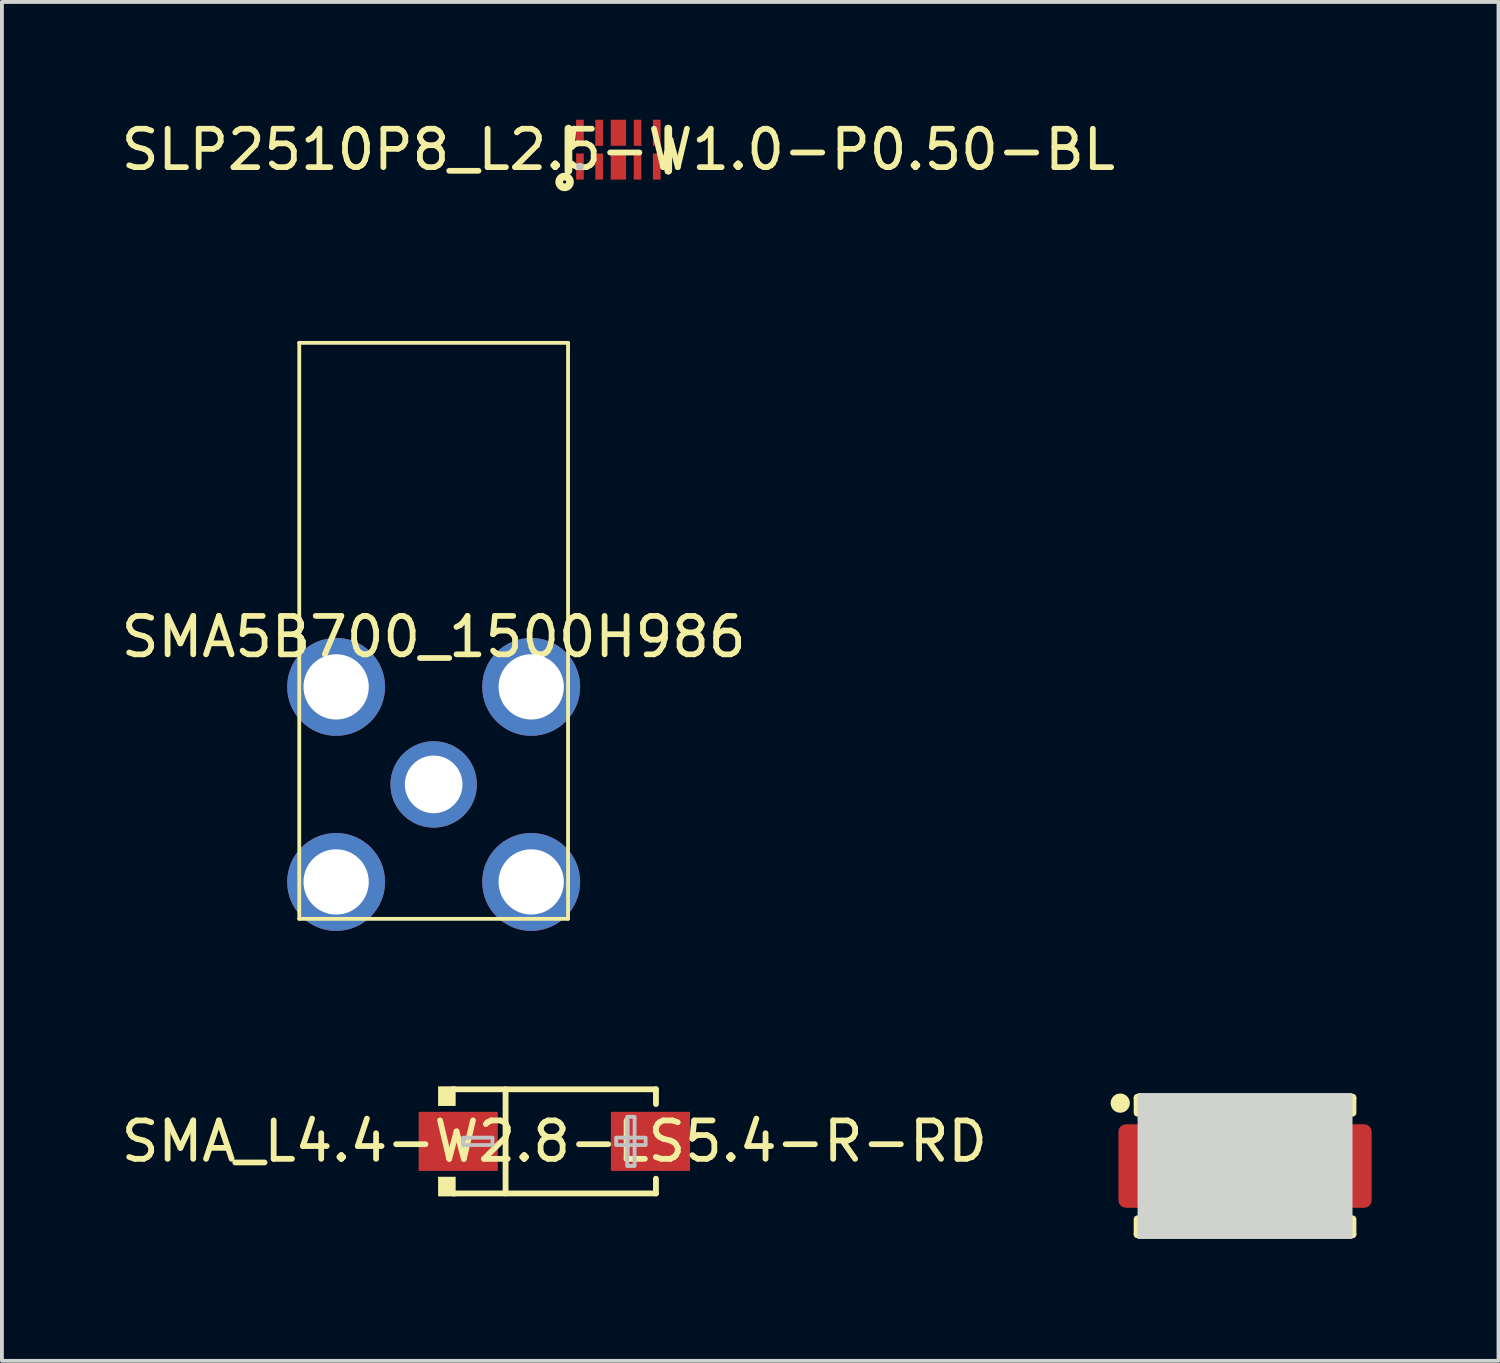
<source format=kicad_pcb>
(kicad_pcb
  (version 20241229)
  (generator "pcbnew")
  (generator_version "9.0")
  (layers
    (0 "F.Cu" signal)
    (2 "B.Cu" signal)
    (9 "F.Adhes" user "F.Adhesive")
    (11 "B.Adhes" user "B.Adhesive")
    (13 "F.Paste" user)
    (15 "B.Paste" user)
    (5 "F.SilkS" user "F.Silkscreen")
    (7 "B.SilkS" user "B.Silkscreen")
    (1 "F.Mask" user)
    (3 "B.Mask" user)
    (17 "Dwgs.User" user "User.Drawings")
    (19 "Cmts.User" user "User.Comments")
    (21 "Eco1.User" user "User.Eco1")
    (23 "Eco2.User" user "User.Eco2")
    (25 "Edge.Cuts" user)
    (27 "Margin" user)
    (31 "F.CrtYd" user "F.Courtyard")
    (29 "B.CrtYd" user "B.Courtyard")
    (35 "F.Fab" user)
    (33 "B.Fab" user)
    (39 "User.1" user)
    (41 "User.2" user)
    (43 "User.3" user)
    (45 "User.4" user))
  (footprint "SMB"
    (layer "F.Cu")
    (at 29.375 27.317)
    (property "Reference" "SMB" (at 0 0 0) (layer "F.SilkS") (effects (font (size 1 1) (thickness 0.15))))
    (fp_line (start -2.799 -1.387) (end -2.799 -1.776) (stroke (width 0.201) (type default)) (layer "F.SilkS"))
    (fp_line (start -2.799 1.776) (end -2.799 1.387) (stroke (width 0.201) (type default)) (layer "F.SilkS"))
    (fp_line (start 2.799 -1.776) (end -2.799 -1.776) (stroke (width 0.201) (type default)) (layer "F.SilkS"))
    (fp_line (start 2.799 -1.387) (end 2.799 -1.776) (stroke (width 0.201) (type default)) (layer "F.SilkS"))
    (fp_line (start 2.799 1.776) (end -2.799 1.776) (stroke (width 0.201) (type default)) (layer "F.SilkS"))
    (fp_line (start 2.799 1.776) (end 2.799 1.387) (stroke (width 0.201) (type default)) (layer "F.SilkS"))
    (fp_circle (center -3.25 -1.638) (end -3.124 -1.638) (stroke (width 0.249) (type default)) (fill no) (layer "F.SilkS"))
    (fp_poly (pts (xy -2.799 1.9) (xy 2.799 1.9) (xy 2.799 -1.9) (xy -2.799 -1.9)) (stroke (width 0) (type default)) (fill yes) (layer "Edge.Cuts"))
    (fp_line (start -2.799 1.776) (end -2.799 -1.776) (stroke (width 0.201) (type default)) (layer "User.1"))
    (fp_line (start -2.7 1.776) (end -2.7 -1.776) (stroke (width 0.201) (type default)) (layer "User.1"))
    (fp_line (start -2.601 1.776) (end -2.601 -1.776) (stroke (width 0.201) (type default)) (layer "User.1"))
    (fp_line (start -2.499 1.776) (end -2.499 -1.776) (stroke (width 0.201) (type default)) (layer "User.1"))
    (fp_line (start -2.401 1.776) (end -2.401 -1.776) (stroke (width 0.201) (type default)) (layer "User.1"))
    (fp_line (start -2.301 1.776) (end -2.301 -1.776) (stroke (width 0.201) (type default)) (layer "User.1"))
    (fp_line (start 2.799 -1.776) (end -2.799 -1.776) (stroke (width 0.201) (type default)) (layer "User.1"))
    (fp_line (start 2.799 1.776) (end -2.799 1.776) (stroke (width 0.201) (type default)) (layer "User.1"))
    (fp_line (start 2.799 1.776) (end 2.799 -1.776) (stroke (width 0.201) (type default)) (layer "User.1"))
    (fp_poly (pts (xy -3.551 2.025) (xy 3.551 2.025) (xy 3.551 -2.025) (xy -3.551 -2.025)) (stroke (width 0.1) (type default)) (fill no) (layer "User.1"))
    (fp_poly (pts (xy -3.551 2.025) (xy 3.551 2.025) (xy 3.551 -2.025) (xy -3.551 -2.025)) (stroke (width 0.1) (type default)) (fill no) (layer "User.1"))
    (pad "1" smd roundrect (at 2.324 0 180) (size 1.947 2.176) (layers "F.Cu" "F.Mask" "F.Paste") (roundrect_rratio 0.1))
    (pad "2" smd roundrect (at -2.324 0 180) (size 1.947 2.176) (layers "F.Cu" "F.Mask" "F.Paste") (roundrect_rratio 0.1)))
  (footprint "SMA5B700_1500H986"
    (layer "F.Cu")
    (at 8.244 13.536)
    (property "Reference" "SMA5B700_1500H986" (at 0 0 0) (layer "F.SilkS") (effects (font (size 1 1) (thickness 0.15))))
    (fp_line (start -3.5 -7.658) (end 3.5 -7.658) (stroke (width 0.099) (type default)) (layer "F.SilkS"))
    (fp_line (start -3.5 7.343) (end -3.5 -7.658) (stroke (width 0.099) (type default)) (layer "F.SilkS"))
    (fp_line (start -3.5 7.343) (end 3.5 7.343) (stroke (width 0.099) (type default)) (layer "F.SilkS"))
    (fp_line (start 3.5 7.343) (end 3.5 -7.658) (stroke (width 0.099) (type default)) (layer "F.SilkS"))
    (fp_line (start -4.816 -8.656) (end 4.816 -8.656) (stroke (width 0.025) (type default)) (layer "User.1"))
    (fp_line (start -4.816 8.656) (end -4.816 -8.656) (stroke (width 0.025) (type default)) (layer "User.1"))
    (fp_line (start -4.816 8.656) (end 4.816 8.656) (stroke (width 0.025) (type default)) (layer "User.1"))
    (fp_line (start 4.816 8.656) (end 4.816 -8.656) (stroke (width 0.025) (type default)) (layer "User.1"))
    (fp_poly (pts (xy -4.816 -0.973) (xy -4.816 8.656) (xy 4.816 8.656) (xy 4.816 -0.973)) (stroke (width 0.1) (type default)) (fill no) (layer "User.1"))
    (fp_poly (pts (xy -4.816 -0.973) (xy -4.816 8.656) (xy 4.816 8.656) (xy 4.816 -0.973)) (stroke (width 0.1) (type default)) (fill no) (layer "User.1"))
    (fp_poly (pts (xy -3.5 -7.658) (xy -3.5 7.343) (xy 3.5 7.343) (xy 3.5 -7.658)) (stroke (width 0.1) (type default)) (fill no) (layer "User.1"))
    (fp_poly (pts (xy -3.5 -7.658) (xy -3.5 7.343) (xy 3.5 7.343) (xy 3.5 -7.658)) (stroke (width 0.1) (type default)) (fill no) (layer "User.1"))
    (fp_poly (pts (xy -3.401 -8.656) (xy 4.816 -8.656) (xy 4.816 8.656) (xy -4.816 8.656) (xy -4.816 -8.656) (xy -3.5 -8.656) (xy -3.5 7.343) (xy 3.5 7.343) (xy 3.5 -7.658) (xy -3.401 -7.658)) (stroke (width 0.1) (type default)) (fill no) (layer "User.1"))
    (fp_poly (pts (xy -3.401 -8.656) (xy 4.816 -8.656) (xy 4.816 8.656) (xy -4.816 8.656) (xy -4.816 -8.656) (xy -3.5 -8.656) (xy -3.5 7.343) (xy 3.5 7.343) (xy 3.5 -7.658) (xy -3.401 -7.658)) (stroke (width 0.1) (type default)) (fill no) (layer "User.1"))
    (pad "1" thru_hole circle (at 0 3.843) (size 2.251 2.251) (drill 1.501) (layers "*.Cu" "*.Mask"))
    (pad "2" thru_hole circle (at -2.54 1.303) (size 2.55 2.55) (drill 1.7) (layers "*.Cu" "*.Mask"))
    (pad "3" thru_hole circle (at -2.54 6.383) (size 2.55 2.55) (drill 1.7) (layers "*.Cu" "*.Mask"))
    (pad "4" thru_hole circle (at 2.54 6.383) (size 2.55 2.55) (drill 1.7) (layers "*.Cu" "*.Mask"))
    (pad "5" thru_hole circle (at 2.54 1.303) (size 2.55 2.55) (drill 1.7) (layers "*.Cu" "*.Mask")))
  (footprint "SLP2510P8_L2.5-W1.0-P0.50-BL"
    (layer "F.Cu")
    (at 13.054 0.848)
    (property "Reference" "SLP2510P8_L2.5-W1.0-P0.50-BL" (at 0 0 0) (layer "F.SilkS") (effects (font (size 1 1) (thickness 0.15))))
    (fp_line (start -1.3 -0.55) (end -1.3 0.55) (stroke (width 0.2) (type default)) (layer "F.SilkS"))
    (fp_line (start 1.3 -0.55) (end 1.3 0.55) (stroke (width 0.2) (type default)) (layer "F.SilkS"))
    (fp_circle (center -1.4 0.84) (end -1.359 0.84) (stroke (width 0.2) (type default)) (fill no) (layer "F.SilkS"))
    (fp_circle (center -1 0.44) (end -0.95 0.44) (stroke (width 0.1) (type default)) (fill no) (layer "Dwgs.User"))
    (fp_poly (pts (xy -1.1 0.12) (xy -0.9 0.12) (xy -0.9 0.5) (xy -1.1 0.5)) (stroke (width 0.1) (type default)) (fill no) (layer "User.1"))
    (fp_poly (pts (xy -0.9 -0.12) (xy -1.1 -0.12) (xy -1.1 -0.5) (xy -0.9 -0.5)) (stroke (width 0.1) (type default)) (fill no) (layer "User.1"))
    (fp_poly (pts (xy -0.601 0.12) (xy -0.401 0.12) (xy -0.401 0.5) (xy -0.601 0.5)) (stroke (width 0.1) (type default)) (fill no) (layer "User.1"))
    (fp_poly (pts (xy -0.401 -0.12) (xy -0.601 -0.12) (xy -0.601 -0.5) (xy -0.401 -0.5)) (stroke (width 0.1) (type default)) (fill no) (layer "User.1"))
    (fp_poly (pts (xy -0.19 0.12) (xy 0.19 0.12) (xy 0.19 0.52) (xy -0.19 0.52)) (stroke (width 0.1) (type default)) (fill no) (layer "User.1"))
    (fp_poly (pts (xy 0.19 -0.12) (xy -0.19 -0.12) (xy -0.19 -0.52) (xy 0.19 -0.52)) (stroke (width 0.1) (type default)) (fill no) (layer "User.1"))
    (fp_poly (pts (xy 0.401 0.12) (xy 0.601 0.12) (xy 0.601 0.5) (xy 0.401 0.5)) (stroke (width 0.1) (type default)) (fill no) (layer "User.1"))
    (fp_poly (pts (xy 0.601 -0.12) (xy 0.401 -0.12) (xy 0.401 -0.5) (xy 0.601 -0.5)) (stroke (width 0.1) (type default)) (fill no) (layer "User.1"))
    (fp_poly (pts (xy 0.9 0.12) (xy 1.1 0.12) (xy 1.1 0.5) (xy 0.9 0.5)) (stroke (width 0.1) (type default)) (fill no) (layer "User.1"))
    (fp_poly (pts (xy 1.1 -0.12) (xy 0.9 -0.12) (xy 0.9 -0.5) (xy 1.1 -0.5)) (stroke (width 0.1) (type default)) (fill no) (layer "User.1"))
    (fp_line (start -1.25 -0.5) (end 1.25 -0.5) (stroke (width 0.051) (type default)) (layer "User.2"))
    (fp_line (start -1.25 0.5) (end -1.25 -0.5) (stroke (width 0.051) (type default)) (layer "User.2"))
    (fp_line (start 1.25 -0.5) (end 1.25 0.5) (stroke (width 0.051) (type default)) (layer "User.2"))
    (fp_line (start 1.25 0.5) (end -1.25 0.5) (stroke (width 0.051) (type default)) (layer "User.2"))
    (fp_poly (pts (xy -1.19 0.5) (xy -1.208 0.458) (xy -1.25 0.44) (xy -1.292 0.458) (xy -1.31 0.5) (xy -1.292 0.542) (xy -1.25 0.56) (xy -1.208 0.542)) (stroke (width 0.1) (type default)) (fill no) (layer "User.3"))
    (pad "1" smd rect (at -1 0.44) (size 0.2 0.68) (layers "F.Cu" "F.Mask" "F.Paste"))
    (pad "2" smd rect (at -0.5 0.44) (size 0.2 0.68) (layers "F.Cu" "F.Mask" "F.Paste"))
    (pad "3" smd rect (at 0.001 0.44) (size 0.4 0.68) (layers "F.Cu" "F.Mask" "F.Paste"))
    (pad "4" smd rect (at 0.5 0.44) (size 0.2 0.68) (layers "F.Cu" "F.Mask" "F.Paste"))
    (pad "5" smd rect (at 1 0.44) (size 0.2 0.68) (layers "F.Cu" "F.Mask" "F.Paste"))
    (pad "6" smd rect (at 1 -0.44) (size 0.2 0.68) (layers "F.Cu" "F.Mask" "F.Paste"))
    (pad "7" smd rect (at 0.5 -0.44) (size 0.2 0.68) (layers "F.Cu" "F.Mask" "F.Paste"))
    (pad "8" smd rect (at 0.001 -0.44) (size 0.4 0.68) (layers "F.Cu" "F.Mask" "F.Paste"))
    (pad "9" smd rect (at -0.5 -0.44) (size 0.2 0.68) (layers "F.Cu" "F.Mask" "F.Paste"))
    (pad "10" smd rect (at -1 -0.44) (size 0.2 0.68) (layers "F.Cu" "F.Mask" "F.Paste")))
  (footprint "SMA_L4.4-W2.8-LS5.4-R-RD"
    (layer "F.Cu")
    (at 11.387 26.675)
    (property "Reference" "SMA_L4.4-W2.8-LS5.4-R-RD" (at 0 0 0) (layer "F.SilkS") (effects (font (size 1 1) (thickness 0.15))))
    (fp_line (start -2.646 -1.356) (end 2.646 -1.356) (stroke (width 0.152) (type default)) (layer "F.SilkS"))
    (fp_line (start -2.646 1.356) (end 2.646 1.356) (stroke (width 0.152) (type default)) (layer "F.SilkS"))
    (fp_line (start -1.27 -1.356) (end -1.27 1.356) (stroke (width 0.152) (type default)) (layer "F.SilkS"))
    (fp_line (start 2.646 -1.356) (end 2.646 -0.973) (stroke (width 0.152) (type default)) (layer "F.SilkS"))
    (fp_line (start 2.646 1.356) (end 2.646 0.973) (stroke (width 0.152) (type default)) (layer "F.SilkS"))
    (fp_poly (pts (xy -2.57 -1.433) (xy -2.57 -0.922) (xy -3.027 -0.922) (xy -3.027 -1.433)) (stroke (width 0) (type default)) (fill yes) (layer "F.SilkS"))
    (fp_poly (pts (xy -2.57 1.433) (xy -2.57 0.922) (xy -3.027 0.922) (xy -3.027 1.433)) (stroke (width 0) (type default)) (fill yes) (layer "F.SilkS"))
    (fp_poly (pts (xy -2.378 0.096) (xy -2.378 -0.096) (xy -1.61 -0.096) (xy -1.61 0.096)) (stroke (width 0.1) (type default)) (fill no) (layer "Dwgs.User"))
    (fp_poly (pts (xy 2.09 0.64) (xy 2.09 -0.64) (xy 1.898 -0.64) (xy 1.898 0.64)) (stroke (width 0.1) (type default)) (fill no) (layer "Dwgs.User"))
    (fp_poly (pts (xy 2.378 0.096) (xy 2.378 -0.096) (xy 1.61 -0.096) (xy 1.61 0.096)) (stroke (width 0.1) (type default)) (fill no) (layer "Dwgs.User"))
    (fp_poly (pts (xy -2.8 0.713) (xy -2.8 -0.713) (xy -1.645 -0.713) (xy -1.645 0.713)) (stroke (width 0.1) (type default)) (fill no) (layer "User.1"))
    (fp_poly (pts (xy 2.8 0.713) (xy 2.8 -0.713) (xy 1.645 -0.713) (xy 1.645 0.713)) (stroke (width 0.1) (type default)) (fill no) (layer "User.1"))
    (fp_line (start -2.57 -1.28) (end 2.57 -1.28) (stroke (width 0.051) (type default)) (layer "User.2"))
    (fp_line (start -2.57 1.28) (end -2.57 -1.28) (stroke (width 0.051) (type default)) (layer "User.2"))
    (fp_line (start 2.57 -1.28) (end 2.57 1.28) (stroke (width 0.051) (type default)) (layer "User.2"))
    (fp_line (start 2.57 1.28) (end -2.57 1.28) (stroke (width 0.051) (type default)) (layer "User.2"))
    (fp_poly (pts (xy -2.74 1.28) (xy -2.758 1.238) (xy -2.8 1.22) (xy -2.842 1.238) (xy -2.86 1.28) (xy -2.842 1.322) (xy -2.8 1.34) (xy -2.758 1.322)) (stroke (width 0.1) (type default)) (fill no) (layer "User.3"))
    (pad "1" smd rect (at 2.503 0) (size 2.062 1.539) (layers "F.Cu" "F.Mask" "F.Paste"))
    (pad "2" smd rect (at -2.503 0) (size 2.062 1.539) (layers "F.Cu" "F.Mask" "F.Paste")))
  (gr_rect
    (start -3 -3)
    (end 35.976 32.391)
    (stroke (width 0.1) (type default))
    (fill no)
    (layer "Edge.Cuts")))
</source>
